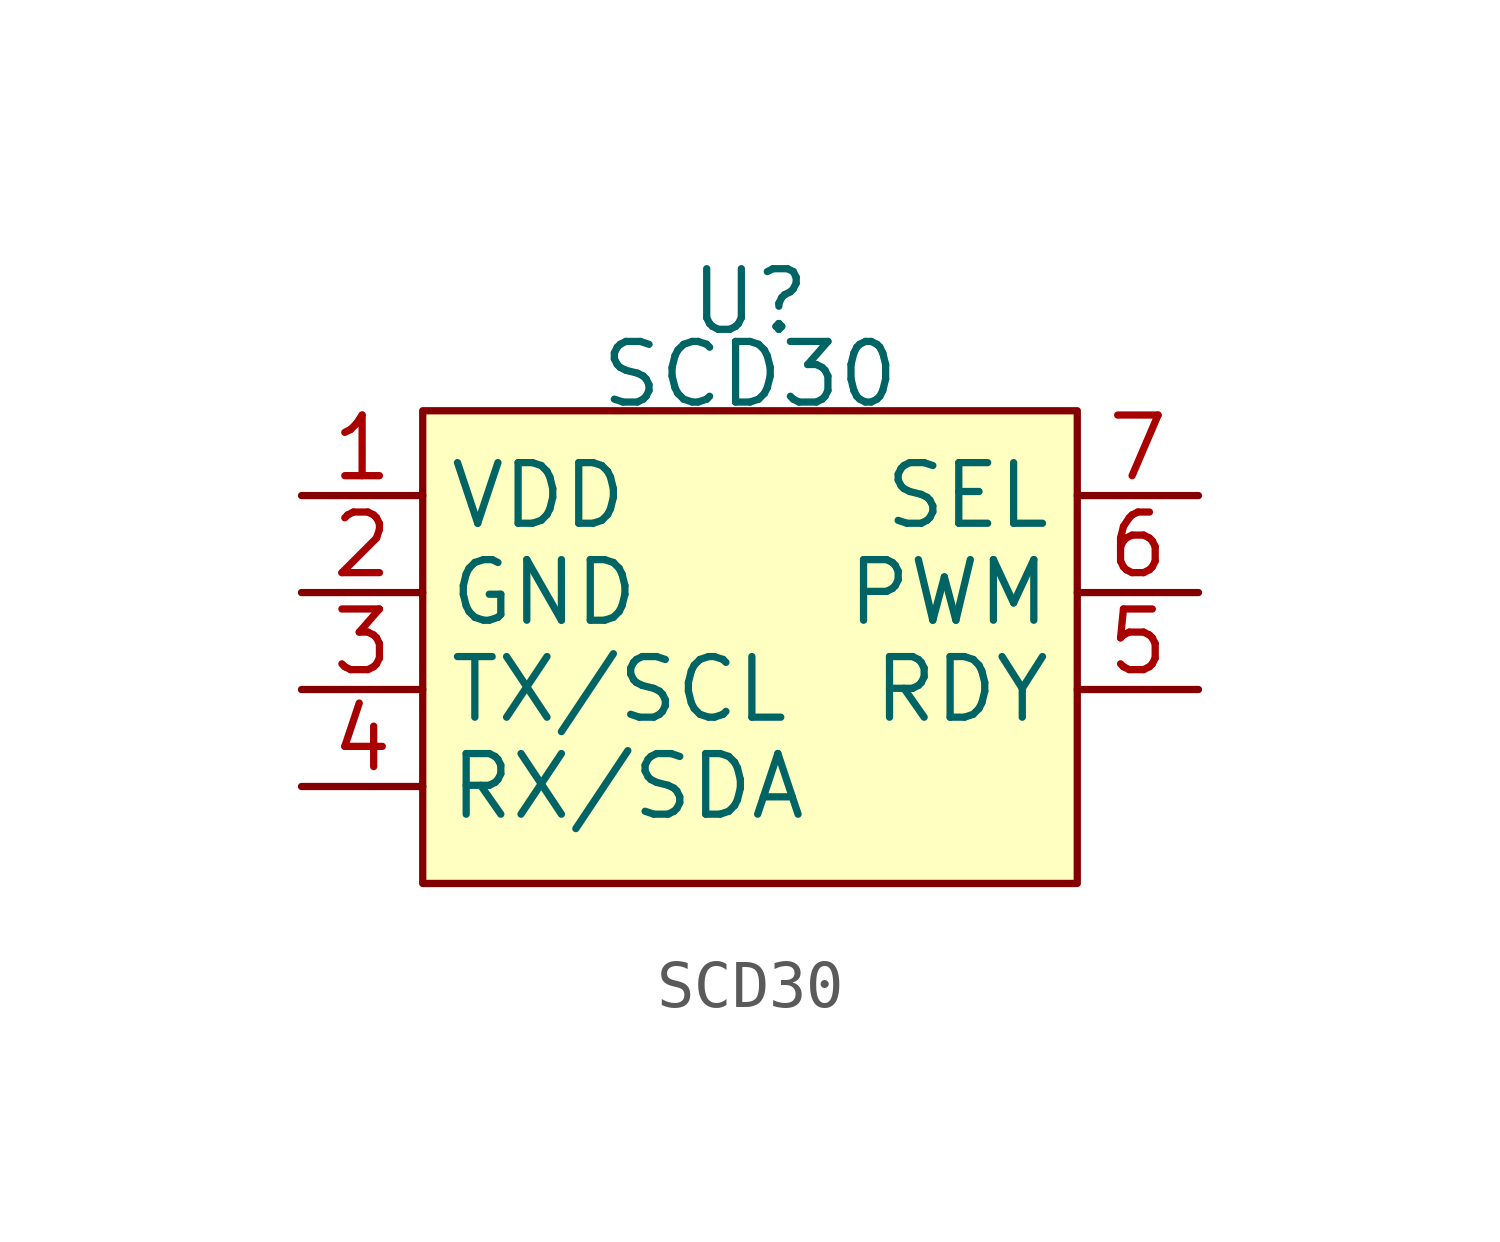
<source format=kicad_sym>
(kicad_symbol_lib
  (version 20211014)
  (generator kicad_symbol_editor)
  (symbol "SCD30"
    (property "Reference" "U"
      (at 0 2.286 0)
      (effects (font (size 1.27 1.27))))
    (property "Value" "SCD30"
      (at 0 0.762 0)
      (effects (font (size 1.27 1.27))))
    (symbol "SCD30_0_1"
      (rectangle (start -6.858 0) (end 6.858 -9.906) (stroke (width 0) (type default) (color 0 0 0 0)) (fill (type background))))
    (symbol "SCD30_1_1"
      (pin power_in line (at -9.398 -1.778 0) (length 2.54) (name "VDD" (effects (font (size 1.27 1.27)))) (number "1" (effects (font (size 1.27 1.27)))))
      (pin power_in line (at -9.398 -3.81 0) (length 2.54) (name "GND" (effects (font (size 1.27 1.27)))) (number "2" (effects (font (size 1.27 1.27)))))
      (pin bidirectional line (at -9.398 -5.842 0) (length 2.54) (name "TX/SCL" (effects (font (size 1.27 1.27)))) (number "3" (effects (font (size 1.27 1.27)))))
      (pin bidirectional line (at -9.398 -7.874 0) (length 2.54) (name "RX/SDA" (effects (font (size 1.27 1.27)))) (number "4" (effects (font (size 1.27 1.27)))))
      (pin bidirectional line (at 9.398 -5.842 180) (length 2.54) (name "RDY" (effects (font (size 1.27 1.27)))) (number "5" (effects (font (size 1.27 1.27)))))
      (pin bidirectional line (at 9.398 -3.81 180) (length 2.54) (name "PWM" (effects (font (size 1.27 1.27)))) (number "6" (effects (font (size 1.27 1.27)))))
      (pin bidirectional line (at 9.398 -1.778 180) (length 2.54) (name "SEL" (effects (font (size 1.27 1.27)))) (number "7" (effects (font (size 1.27 1.27))))))))
</source>
